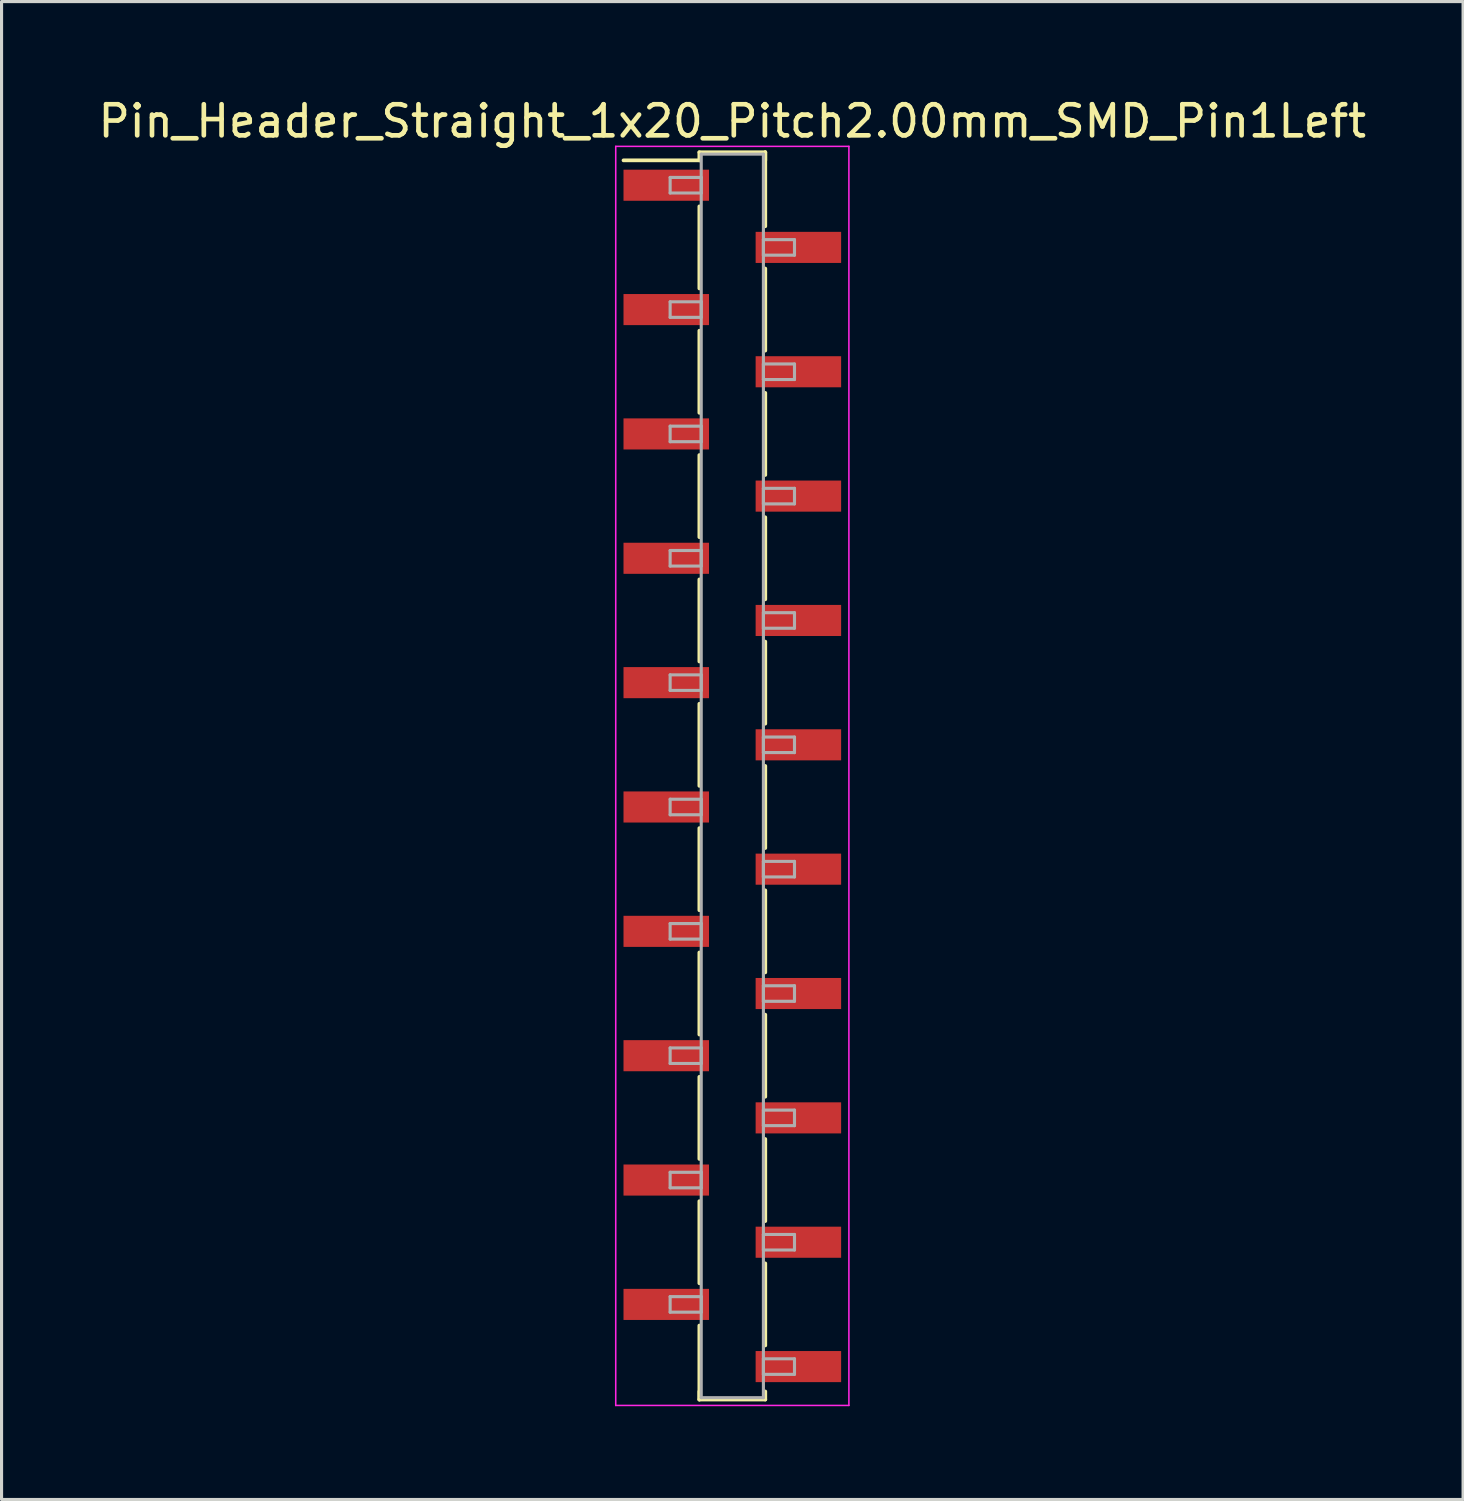
<source format=kicad_pcb>
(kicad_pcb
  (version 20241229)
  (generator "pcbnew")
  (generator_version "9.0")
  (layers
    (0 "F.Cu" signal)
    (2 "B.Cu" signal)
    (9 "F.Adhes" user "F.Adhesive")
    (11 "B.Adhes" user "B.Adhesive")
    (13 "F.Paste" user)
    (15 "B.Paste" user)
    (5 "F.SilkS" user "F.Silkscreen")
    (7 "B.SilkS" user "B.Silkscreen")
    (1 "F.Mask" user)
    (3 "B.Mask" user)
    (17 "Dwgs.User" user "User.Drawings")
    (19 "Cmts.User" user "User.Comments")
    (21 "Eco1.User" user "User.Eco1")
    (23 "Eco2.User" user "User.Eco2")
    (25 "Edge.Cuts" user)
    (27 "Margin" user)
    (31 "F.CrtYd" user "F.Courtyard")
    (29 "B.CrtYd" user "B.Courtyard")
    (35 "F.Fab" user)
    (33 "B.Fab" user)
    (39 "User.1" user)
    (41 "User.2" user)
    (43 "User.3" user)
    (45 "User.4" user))
  (footprint "Pin_Header_Straight_1x20_Pitch2.00mm_SMD_Pin1Left"
    (layer "F.Cu")
    (at 20.506 21.908)
    (property "Reference" "Pin_Header_Straight_1x20_Pitch2.00mm_SMD_Pin1Left" (at 0 -21.06 0) (layer "F.SilkS") (effects (font (size 1 1) (thickness 0.15))))
    (attr smd)
    (fp_line (start -1.06 -20.06) (end 1.06 -20.06) (stroke (width 0.12) (type solid)) (layer "F.SilkS"))
    (fp_line (start -1.06 -19.8) (end -3.5 -19.8) (stroke (width 0.12) (type solid)) (layer "F.SilkS"))
    (fp_line (start -1.06 -19.8) (end -1.06 -20.06) (stroke (width 0.12) (type solid)) (layer "F.SilkS"))
    (fp_line (start -1.06 -18.32) (end -1.06 -15.68) (stroke (width 0.12) (type solid)) (layer "F.SilkS"))
    (fp_line (start -1.06 -14.32) (end -1.06 -11.68) (stroke (width 0.12) (type solid)) (layer "F.SilkS"))
    (fp_line (start -1.06 -10.32) (end -1.06 -7.68) (stroke (width 0.12) (type solid)) (layer "F.SilkS"))
    (fp_line (start -1.06 -6.32) (end -1.06 -3.68) (stroke (width 0.12) (type solid)) (layer "F.SilkS"))
    (fp_line (start -1.06 -2.32) (end -1.06 0.32) (stroke (width 0.12) (type solid)) (layer "F.SilkS"))
    (fp_line (start -1.06 1.68) (end -1.06 4.32) (stroke (width 0.12) (type solid)) (layer "F.SilkS"))
    (fp_line (start -1.06 5.68) (end -1.06 8.32) (stroke (width 0.12) (type solid)) (layer "F.SilkS"))
    (fp_line (start -1.06 9.68) (end -1.06 12.32) (stroke (width 0.12) (type solid)) (layer "F.SilkS"))
    (fp_line (start -1.06 13.68) (end -1.06 16.32) (stroke (width 0.12) (type solid)) (layer "F.SilkS"))
    (fp_line (start -1.06 17.68) (end -1.06 20.06) (stroke (width 0.12) (type solid)) (layer "F.SilkS"))
    (fp_line (start -1.06 19.8) (end -1.06 20.06) (stroke (width 0.12) (type solid)) (layer "F.SilkS"))
    (fp_line (start -1.06 20.06) (end 1.06 20.06) (stroke (width 0.12) (type solid)) (layer "F.SilkS"))
    (fp_line (start 1.06 -20.06) (end 1.06 -19.8) (stroke (width 0.12) (type solid)) (layer "F.SilkS"))
    (fp_line (start 1.06 -20.06) (end 1.06 -17.68) (stroke (width 0.12) (type solid)) (layer "F.SilkS"))
    (fp_line (start 1.06 -16.32) (end 1.06 -13.68) (stroke (width 0.12) (type solid)) (layer "F.SilkS"))
    (fp_line (start 1.06 -12.32) (end 1.06 -9.68) (stroke (width 0.12) (type solid)) (layer "F.SilkS"))
    (fp_line (start 1.06 -8.32) (end 1.06 -5.68) (stroke (width 0.12) (type solid)) (layer "F.SilkS"))
    (fp_line (start 1.06 -4.32) (end 1.06 -1.68) (stroke (width 0.12) (type solid)) (layer "F.SilkS"))
    (fp_line (start 1.06 -0.32) (end 1.06 2.32) (stroke (width 0.12) (type solid)) (layer "F.SilkS"))
    (fp_line (start 1.06 3.68) (end 1.06 6.32) (stroke (width 0.12) (type solid)) (layer "F.SilkS"))
    (fp_line (start 1.06 7.68) (end 1.06 10.32) (stroke (width 0.12) (type solid)) (layer "F.SilkS"))
    (fp_line (start 1.06 11.68) (end 1.06 14.32) (stroke (width 0.12) (type solid)) (layer "F.SilkS"))
    (fp_line (start 1.06 15.68) (end 1.06 18.32) (stroke (width 0.12) (type solid)) (layer "F.SilkS"))
    (fp_line (start 1.06 20.06) (end 1.06 19.8) (stroke (width 0.12) (type solid)) (layer "F.SilkS"))
    (fp_line (start -3.75 -20.25) (end -3.75 20.25) (stroke (width 0.05) (type solid)) (layer "F.CrtYd"))
    (fp_line (start -3.75 20.25) (end 3.75 20.25) (stroke (width 0.05) (type solid)) (layer "F.CrtYd"))
    (fp_line (start 3.75 -20.25) (end -3.75 -20.25) (stroke (width 0.05) (type solid)) (layer "F.CrtYd"))
    (fp_line (start 3.75 20.25) (end 3.75 -20.25) (stroke (width 0.05) (type solid)) (layer "F.CrtYd"))
    (fp_line (start -2 -19.25) (end -1 -19.25) (stroke (width 0.1) (type solid)) (layer "F.Fab"))
    (fp_line (start -2 -18.75) (end -2 -19.25) (stroke (width 0.1) (type solid)) (layer "F.Fab"))
    (fp_line (start -2 -15.25) (end -1 -15.25) (stroke (width 0.1) (type solid)) (layer "F.Fab"))
    (fp_line (start -2 -14.75) (end -2 -15.25) (stroke (width 0.1) (type solid)) (layer "F.Fab"))
    (fp_line (start -2 -11.25) (end -1 -11.25) (stroke (width 0.1) (type solid)) (layer "F.Fab"))
    (fp_line (start -2 -10.75) (end -2 -11.25) (stroke (width 0.1) (type solid)) (layer "F.Fab"))
    (fp_line (start -2 -7.25) (end -1 -7.25) (stroke (width 0.1) (type solid)) (layer "F.Fab"))
    (fp_line (start -2 -6.75) (end -2 -7.25) (stroke (width 0.1) (type solid)) (layer "F.Fab"))
    (fp_line (start -2 -3.25) (end -1 -3.25) (stroke (width 0.1) (type solid)) (layer "F.Fab"))
    (fp_line (start -2 -2.75) (end -2 -3.25) (stroke (width 0.1) (type solid)) (layer "F.Fab"))
    (fp_line (start -2 0.75) (end -1 0.75) (stroke (width 0.1) (type solid)) (layer "F.Fab"))
    (fp_line (start -2 1.25) (end -2 0.75) (stroke (width 0.1) (type solid)) (layer "F.Fab"))
    (fp_line (start -2 4.75) (end -1 4.75) (stroke (width 0.1) (type solid)) (layer "F.Fab"))
    (fp_line (start -2 5.25) (end -2 4.75) (stroke (width 0.1) (type solid)) (layer "F.Fab"))
    (fp_line (start -2 8.75) (end -1 8.75) (stroke (width 0.1) (type solid)) (layer "F.Fab"))
    (fp_line (start -2 9.25) (end -2 8.75) (stroke (width 0.1) (type solid)) (layer "F.Fab"))
    (fp_line (start -2 12.75) (end -1 12.75) (stroke (width 0.1) (type solid)) (layer "F.Fab"))
    (fp_line (start -2 13.25) (end -2 12.75) (stroke (width 0.1) (type solid)) (layer "F.Fab"))
    (fp_line (start -2 16.75) (end -1 16.75) (stroke (width 0.1) (type solid)) (layer "F.Fab"))
    (fp_line (start -2 17.25) (end -2 16.75) (stroke (width 0.1) (type solid)) (layer "F.Fab"))
    (fp_line (start -1 -20) (end -1 20) (stroke (width 0.1) (type solid)) (layer "F.Fab"))
    (fp_line (start -1 -19.25) (end -1 -18.75) (stroke (width 0.1) (type solid)) (layer "F.Fab"))
    (fp_line (start -1 -18.75) (end -2 -18.75) (stroke (width 0.1) (type solid)) (layer "F.Fab"))
    (fp_line (start -1 -15.25) (end -1 -14.75) (stroke (width 0.1) (type solid)) (layer "F.Fab"))
    (fp_line (start -1 -14.75) (end -2 -14.75) (stroke (width 0.1) (type solid)) (layer "F.Fab"))
    (fp_line (start -1 -11.25) (end -1 -10.75) (stroke (width 0.1) (type solid)) (layer "F.Fab"))
    (fp_line (start -1 -10.75) (end -2 -10.75) (stroke (width 0.1) (type solid)) (layer "F.Fab"))
    (fp_line (start -1 -7.25) (end -1 -6.75) (stroke (width 0.1) (type solid)) (layer "F.Fab"))
    (fp_line (start -1 -6.75) (end -2 -6.75) (stroke (width 0.1) (type solid)) (layer "F.Fab"))
    (fp_line (start -1 -3.25) (end -1 -2.75) (stroke (width 0.1) (type solid)) (layer "F.Fab"))
    (fp_line (start -1 -2.75) (end -2 -2.75) (stroke (width 0.1) (type solid)) (layer "F.Fab"))
    (fp_line (start -1 0.75) (end -1 1.25) (stroke (width 0.1) (type solid)) (layer "F.Fab"))
    (fp_line (start -1 1.25) (end -2 1.25) (stroke (width 0.1) (type solid)) (layer "F.Fab"))
    (fp_line (start -1 4.75) (end -1 5.25) (stroke (width 0.1) (type solid)) (layer "F.Fab"))
    (fp_line (start -1 5.25) (end -2 5.25) (stroke (width 0.1) (type solid)) (layer "F.Fab"))
    (fp_line (start -1 8.75) (end -1 9.25) (stroke (width 0.1) (type solid)) (layer "F.Fab"))
    (fp_line (start -1 9.25) (end -2 9.25) (stroke (width 0.1) (type solid)) (layer "F.Fab"))
    (fp_line (start -1 12.75) (end -1 13.25) (stroke (width 0.1) (type solid)) (layer "F.Fab"))
    (fp_line (start -1 13.25) (end -2 13.25) (stroke (width 0.1) (type solid)) (layer "F.Fab"))
    (fp_line (start -1 16.75) (end -1 17.25) (stroke (width 0.1) (type solid)) (layer "F.Fab"))
    (fp_line (start -1 17.25) (end -2 17.25) (stroke (width 0.1) (type solid)) (layer "F.Fab"))
    (fp_line (start -1 20) (end 1 20) (stroke (width 0.1) (type solid)) (layer "F.Fab"))
    (fp_line (start 1 -20) (end -1 -20) (stroke (width 0.1) (type solid)) (layer "F.Fab"))
    (fp_line (start 1 -17.25) (end 1 -16.75) (stroke (width 0.1) (type solid)) (layer "F.Fab"))
    (fp_line (start 1 -16.75) (end 2 -16.75) (stroke (width 0.1) (type solid)) (layer "F.Fab"))
    (fp_line (start 1 -13.25) (end 1 -12.75) (stroke (width 0.1) (type solid)) (layer "F.Fab"))
    (fp_line (start 1 -12.75) (end 2 -12.75) (stroke (width 0.1) (type solid)) (layer "F.Fab"))
    (fp_line (start 1 -9.25) (end 1 -8.75) (stroke (width 0.1) (type solid)) (layer "F.Fab"))
    (fp_line (start 1 -8.75) (end 2 -8.75) (stroke (width 0.1) (type solid)) (layer "F.Fab"))
    (fp_line (start 1 -5.25) (end 1 -4.75) (stroke (width 0.1) (type solid)) (layer "F.Fab"))
    (fp_line (start 1 -4.75) (end 2 -4.75) (stroke (width 0.1) (type solid)) (layer "F.Fab"))
    (fp_line (start 1 -1.25) (end 1 -0.75) (stroke (width 0.1) (type solid)) (layer "F.Fab"))
    (fp_line (start 1 -0.75) (end 2 -0.75) (stroke (width 0.1) (type solid)) (layer "F.Fab"))
    (fp_line (start 1 2.75) (end 1 3.25) (stroke (width 0.1) (type solid)) (layer "F.Fab"))
    (fp_line (start 1 3.25) (end 2 3.25) (stroke (width 0.1) (type solid)) (layer "F.Fab"))
    (fp_line (start 1 6.75) (end 1 7.25) (stroke (width 0.1) (type solid)) (layer "F.Fab"))
    (fp_line (start 1 7.25) (end 2 7.25) (stroke (width 0.1) (type solid)) (layer "F.Fab"))
    (fp_line (start 1 10.75) (end 1 11.25) (stroke (width 0.1) (type solid)) (layer "F.Fab"))
    (fp_line (start 1 11.25) (end 2 11.25) (stroke (width 0.1) (type solid)) (layer "F.Fab"))
    (fp_line (start 1 14.75) (end 1 15.25) (stroke (width 0.1) (type solid)) (layer "F.Fab"))
    (fp_line (start 1 15.25) (end 2 15.25) (stroke (width 0.1) (type solid)) (layer "F.Fab"))
    (fp_line (start 1 18.75) (end 1 19.25) (stroke (width 0.1) (type solid)) (layer "F.Fab"))
    (fp_line (start 1 19.25) (end 2 19.25) (stroke (width 0.1) (type solid)) (layer "F.Fab"))
    (fp_line (start 1 20) (end 1 -20) (stroke (width 0.1) (type solid)) (layer "F.Fab"))
    (fp_line (start 2 -17.25) (end 1 -17.25) (stroke (width 0.1) (type solid)) (layer "F.Fab"))
    (fp_line (start 2 -16.75) (end 2 -17.25) (stroke (width 0.1) (type solid)) (layer "F.Fab"))
    (fp_line (start 2 -13.25) (end 1 -13.25) (stroke (width 0.1) (type solid)) (layer "F.Fab"))
    (fp_line (start 2 -12.75) (end 2 -13.25) (stroke (width 0.1) (type solid)) (layer "F.Fab"))
    (fp_line (start 2 -9.25) (end 1 -9.25) (stroke (width 0.1) (type solid)) (layer "F.Fab"))
    (fp_line (start 2 -8.75) (end 2 -9.25) (stroke (width 0.1) (type solid)) (layer "F.Fab"))
    (fp_line (start 2 -5.25) (end 1 -5.25) (stroke (width 0.1) (type solid)) (layer "F.Fab"))
    (fp_line (start 2 -4.75) (end 2 -5.25) (stroke (width 0.1) (type solid)) (layer "F.Fab"))
    (fp_line (start 2 -1.25) (end 1 -1.25) (stroke (width 0.1) (type solid)) (layer "F.Fab"))
    (fp_line (start 2 -0.75) (end 2 -1.25) (stroke (width 0.1) (type solid)) (layer "F.Fab"))
    (fp_line (start 2 2.75) (end 1 2.75) (stroke (width 0.1) (type solid)) (layer "F.Fab"))
    (fp_line (start 2 3.25) (end 2 2.75) (stroke (width 0.1) (type solid)) (layer "F.Fab"))
    (fp_line (start 2 6.75) (end 1 6.75) (stroke (width 0.1) (type solid)) (layer "F.Fab"))
    (fp_line (start 2 7.25) (end 2 6.75) (stroke (width 0.1) (type solid)) (layer "F.Fab"))
    (fp_line (start 2 10.75) (end 1 10.75) (stroke (width 0.1) (type solid)) (layer "F.Fab"))
    (fp_line (start 2 11.25) (end 2 10.75) (stroke (width 0.1) (type solid)) (layer "F.Fab"))
    (fp_line (start 2 14.75) (end 1 14.75) (stroke (width 0.1) (type solid)) (layer "F.Fab"))
    (fp_line (start 2 15.25) (end 2 14.75) (stroke (width 0.1) (type solid)) (layer "F.Fab"))
    (fp_line (start 2 18.75) (end 1 18.75) (stroke (width 0.1) (type solid)) (layer "F.Fab"))
    (fp_line (start 2 19.25) (end 2 18.75) (stroke (width 0.1) (type solid)) (layer "F.Fab"))
    (pad "1" smd rect (at -2.125 -19) (size 2.75 1) (layers "F.Cu" "F.Mask"))
    (pad "2" smd rect (at 2.125 -17) (size 2.75 1) (layers "F.Cu" "F.Mask"))
    (pad "3" smd rect (at -2.125 -15) (size 2.75 1) (layers "F.Cu" "F.Mask"))
    (pad "4" smd rect (at 2.125 -13) (size 2.75 1) (layers "F.Cu" "F.Mask"))
    (pad "5" smd rect (at -2.125 -11) (size 2.75 1) (layers "F.Cu" "F.Mask"))
    (pad "6" smd rect (at 2.125 -9) (size 2.75 1) (layers "F.Cu" "F.Mask"))
    (pad "7" smd rect (at -2.125 -7) (size 2.75 1) (layers "F.Cu" "F.Mask"))
    (pad "8" smd rect (at 2.125 -5) (size 2.75 1) (layers "F.Cu" "F.Mask"))
    (pad "9" smd rect (at -2.125 -3) (size 2.75 1) (layers "F.Cu" "F.Mask"))
    (pad "10" smd rect (at 2.125 -1) (size 2.75 1) (layers "F.Cu" "F.Mask"))
    (pad "11" smd rect (at -2.125 1) (size 2.75 1) (layers "F.Cu" "F.Mask"))
    (pad "12" smd rect (at 2.125 3) (size 2.75 1) (layers "F.Cu" "F.Mask"))
    (pad "13" smd rect (at -2.125 5) (size 2.75 1) (layers "F.Cu" "F.Mask"))
    (pad "14" smd rect (at 2.125 7) (size 2.75 1) (layers "F.Cu" "F.Mask"))
    (pad "15" smd rect (at -2.125 9) (size 2.75 1) (layers "F.Cu" "F.Mask"))
    (pad "16" smd rect (at 2.125 11) (size 2.75 1) (layers "F.Cu" "F.Mask"))
    (pad "17" smd rect (at -2.125 13) (size 2.75 1) (layers "F.Cu" "F.Mask"))
    (pad "18" smd rect (at 2.125 15) (size 2.75 1) (layers "F.Cu" "F.Mask"))
    (pad "19" smd rect (at -2.125 17) (size 2.75 1) (layers "F.Cu" "F.Mask"))
    (pad "20" smd rect (at 2.125 19) (size 2.75 1) (layers "F.Cu" "F.Mask")))
  (gr_rect
    (start -3 -3)
    (end 44.012 45.183)
    (stroke (width 0.1) (type default))
    (fill no)
    (layer "Edge.Cuts")))
</source>
